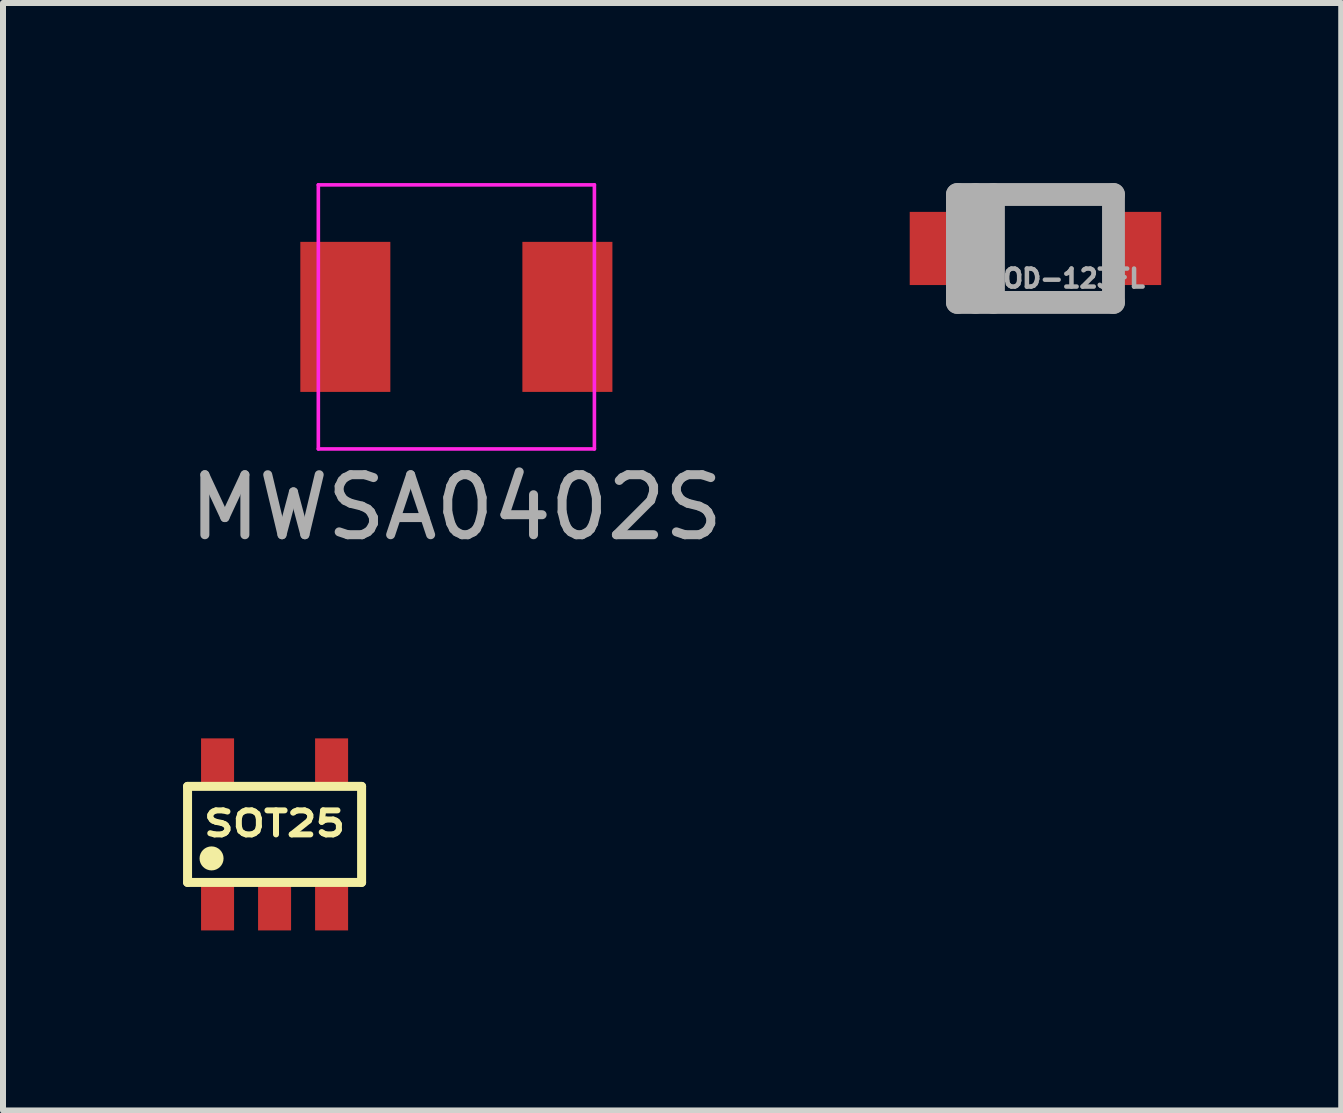
<source format=kicad_pcb>
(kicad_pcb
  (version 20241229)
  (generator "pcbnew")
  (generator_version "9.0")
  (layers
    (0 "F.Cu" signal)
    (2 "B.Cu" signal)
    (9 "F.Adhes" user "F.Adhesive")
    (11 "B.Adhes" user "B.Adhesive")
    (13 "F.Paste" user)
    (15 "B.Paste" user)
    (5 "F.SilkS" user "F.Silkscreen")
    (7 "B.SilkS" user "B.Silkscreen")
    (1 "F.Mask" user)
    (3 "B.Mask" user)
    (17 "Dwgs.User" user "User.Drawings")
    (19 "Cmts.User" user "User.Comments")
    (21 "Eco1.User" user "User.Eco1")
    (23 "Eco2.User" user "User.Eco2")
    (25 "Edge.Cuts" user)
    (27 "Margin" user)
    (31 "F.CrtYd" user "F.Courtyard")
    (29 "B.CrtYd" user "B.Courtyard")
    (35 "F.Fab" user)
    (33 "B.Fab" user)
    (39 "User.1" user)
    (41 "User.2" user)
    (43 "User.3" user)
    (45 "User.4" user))
  (footprint "MWSA0402S"
    (layer "F.Cu")
    (at 4.554 2.23)
    (property "Reference" "MWSA0402S" (at 0 3.175 0) (layer "F.Fab") (effects (font (size 1 1) (thickness 0.15))))
    (attr through_hole)
    (fp_line (start -2.3 -2.2) (end -2.3 2.2) (stroke (width 0.06) (type solid)) (layer "F.CrtYd"))
    (fp_line (start -2.3 -2.2) (end 2.3 -2.2) (stroke (width 0.06) (type solid)) (layer "F.CrtYd"))
    (fp_line (start 2.3 -2.2) (end 2.3 2.2) (stroke (width 0.06) (type solid)) (layer "F.CrtYd"))
    (fp_line (start 2.3 2.2) (end -2.3 2.2) (stroke (width 0.06) (type solid)) (layer "F.CrtYd"))
    (pad "1" smd rect (at -1.1 0) (size 1.5 2.5) (drill (offset -0.75 0)) (layers "F.Cu" "F.Mask" "F.Paste"))
    (pad "2" smd rect (at 1.1 0 180) (size 1.5 2.5) (drill (offset -0.75 0)) (layers "F.Cu" "F.Mask" "F.Paste")))
  (footprint "SOT25"
    (layer "F.Cu")
    (at 1.525 10.853)
    (property "Reference" "SOT25" (at 0 -0.18 0) (layer "F.SilkS") (effects (font (size 0.4 0.5) (thickness 0.1))))
    (attr smd)
    (fp_line (start -1.45 -0.8) (end 1.45 -0.8) (stroke (width 0.15) (type solid)) (layer "F.SilkS"))
    (fp_line (start -1.45 0.8) (end -1.45 -0.8) (stroke (width 0.15) (type solid)) (layer "F.SilkS"))
    (fp_line (start 1.45 -0.8) (end 1.45 0.8) (stroke (width 0.15) (type solid)) (layer "F.SilkS"))
    (fp_line (start 1.45 0.8) (end -1.45 0.8) (stroke (width 0.15) (type solid)) (layer "F.SilkS"))
    (fp_circle (center -1.05 0.4) (end -0.95 0.4) (stroke (width 0.2) (type solid)) (fill no) (layer "F.SilkS"))
    (pad "1" smd rect (at -0.95 1.2) (size 0.55 0.8) (layers "F.Cu" "F.Mask" "F.Paste"))
    (pad "2" smd rect (at 0 1.2) (size 0.55 0.8) (layers "F.Cu" "F.Mask" "F.Paste"))
    (pad "3" smd rect (at 0.95 1.2) (size 0.55 0.8) (layers "F.Cu" "F.Mask" "F.Paste"))
    (pad "4" smd rect (at 0.95 -1.2) (size 0.55 0.8) (layers "F.Cu" "F.Mask" "F.Paste"))
    (pad "5" smd rect (at -0.95 -1.2) (size 0.55 0.8) (layers "F.Cu" "F.Mask" "F.Paste")))
  (footprint "SOD-123FL"
    (layer "F.Cu")
    (at 14.203 1.09)
    (property "Reference" "SOD-123FL" (at 0.5 0.5 0) (layer "F.Fab") (effects (font (size 0.3 0.3) (thickness 0.075))))
    (attr through_hole)
    (fp_line (start -1.3 -0.899) (end 1.3 -0.899) (stroke (width 0.381) (type solid)) (layer "F.Fab"))
    (fp_line (start -1.3 0.899) (end -1.3 -0.899) (stroke (width 0.381) (type solid)) (layer "F.Fab"))
    (fp_line (start -0.999 0.899) (end -0.999 -0.899) (stroke (width 0.381) (type solid)) (layer "F.Fab"))
    (fp_line (start -0.7 -0.899) (end -0.7 0.899) (stroke (width 0.381) (type solid)) (layer "F.Fab"))
    (fp_line (start 1.3 -0.899) (end 1.3 0.899) (stroke (width 0.381) (type solid)) (layer "F.Fab"))
    (fp_line (start 1.3 0.899) (end -1.3 0.899) (stroke (width 0.381) (type solid)) (layer "F.Fab"))
    (pad "1" smd rect (at 1.638 0) (size 0.914 1.219) (layers "F.Cu" "F.Mask" "F.Paste"))
    (pad "2" smd rect (at -1.638 0) (size 0.914 1.219) (layers "F.Cu" "F.Mask" "F.Paste")))
  (gr_rect
    (start -3 -3)
    (end 19.298 15.453)
    (stroke (width 0.1) (type default))
    (fill no)
    (layer "Edge.Cuts")))
</source>
